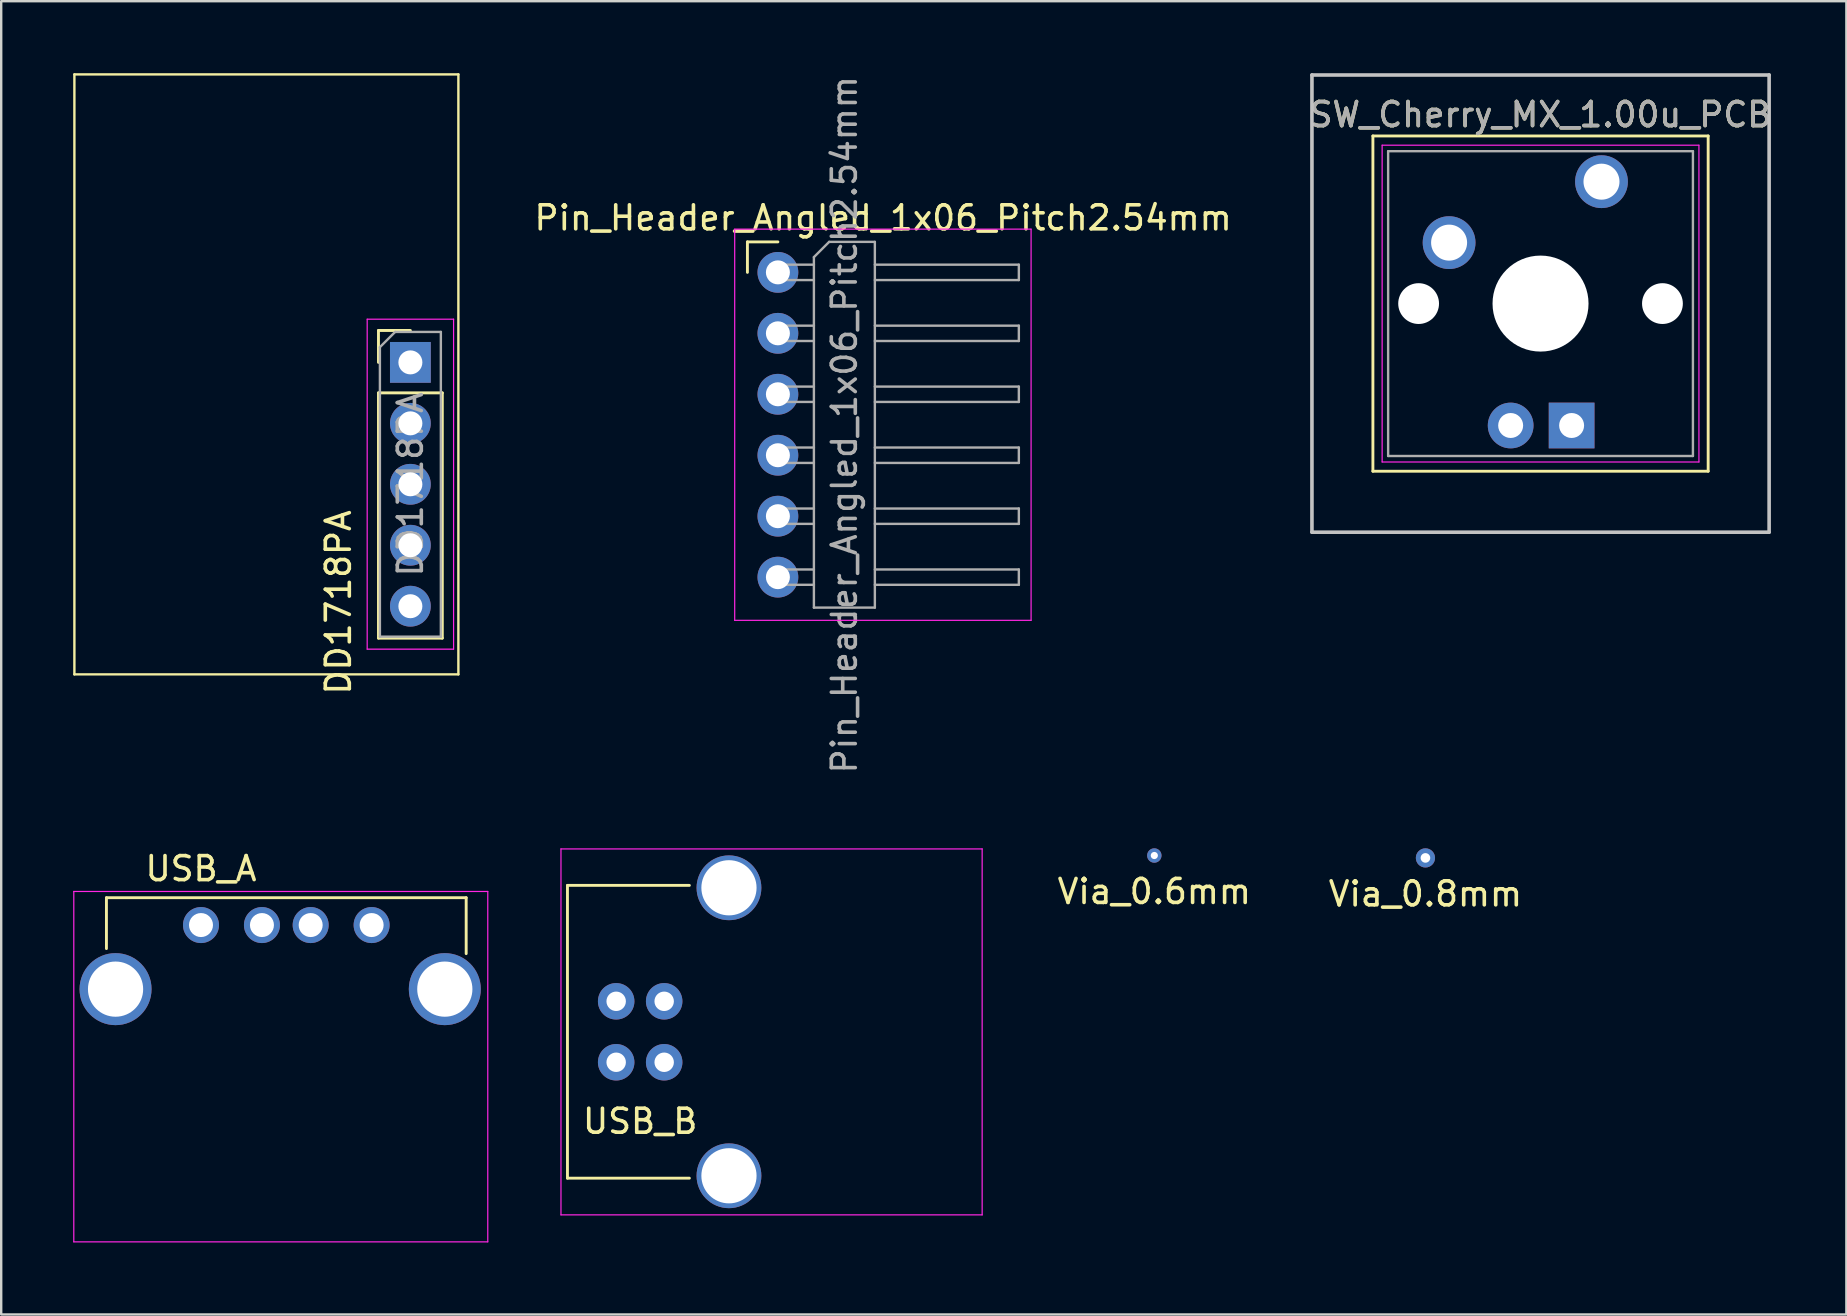
<source format=kicad_pcb>
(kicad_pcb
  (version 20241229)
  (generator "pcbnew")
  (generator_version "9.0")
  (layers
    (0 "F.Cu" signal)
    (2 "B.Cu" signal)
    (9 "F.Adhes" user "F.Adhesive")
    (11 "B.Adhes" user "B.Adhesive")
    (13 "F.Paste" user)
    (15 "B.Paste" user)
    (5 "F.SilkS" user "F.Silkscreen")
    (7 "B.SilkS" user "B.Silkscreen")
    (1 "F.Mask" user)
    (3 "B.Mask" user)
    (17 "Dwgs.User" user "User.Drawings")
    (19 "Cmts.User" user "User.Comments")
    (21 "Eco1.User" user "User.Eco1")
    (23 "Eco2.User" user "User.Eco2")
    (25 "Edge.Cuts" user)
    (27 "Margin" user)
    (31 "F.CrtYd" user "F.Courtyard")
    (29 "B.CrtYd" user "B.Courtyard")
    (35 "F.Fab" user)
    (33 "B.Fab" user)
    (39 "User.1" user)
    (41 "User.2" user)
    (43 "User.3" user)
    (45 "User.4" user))
  (footprint "Via_0.8mm"
    (layer "F.Cu")
    (at 56.346 32.698)
    (property "Reference" "Via_0.8mm" (at 0 1.5 0) (layer "F.SilkS") (effects (font (size 1 1) (thickness 0.15))))
    (attr through_hole)
    (pad "1" thru_hole circle (at 0 0) (size 0.8 0.8) (drill 0.4) (layers "*.Cu")))
  (footprint "Via_0.6mm"
    (layer "F.Cu")
    (at 45.049 32.598)
    (property "Reference" "Via_0.6mm" (at 0 1.5 0) (layer "F.SilkS") (effects (font (size 1 1) (thickness 0.15))))
    (attr through_hole)
    (pad "1" thru_hole circle (at 0 0) (size 0.6 0.6) (drill 0.3) (layers "*.Cu")))
  (footprint "USB_A"
    (layer "F.Cu")
    (at 5.325 35.496)
    (property "Reference" "USB_A" (at 0 -2.35 0) (layer "F.SilkS") (effects (font (size 1 1) (thickness 0.15))))
    (attr through_hole)
    (fp_line (start -3.94 -1.14) (end -3.94 0.98) (stroke (width 0.12) (type solid)) (layer "F.SilkS"))
    (fp_line (start 11.05 -1.14) (end -3.94 -1.14) (stroke (width 0.12) (type solid)) (layer "F.SilkS"))
    (fp_line (start 11.05 -1.14) (end 11.05 1.19) (stroke (width 0.12) (type solid)) (layer "F.SilkS"))
    (fp_line (start -5.3 -1.4) (end 11.95 -1.4) (stroke (width 0.05) (type solid)) (layer "F.CrtYd"))
    (fp_line (start -5.3 13.2) (end -5.3 -1.4) (stroke (width 0.05) (type solid)) (layer "F.CrtYd"))
    (fp_line (start -5.3 13.2) (end 11.95 13.2) (stroke (width 0.05) (type solid)) (layer "F.CrtYd"))
    (fp_line (start 11.95 -1.4) (end 11.95 13.2) (stroke (width 0.05) (type solid)) (layer "F.CrtYd"))
    (pad "1" thru_hole circle (at 0 0 270) (size 1.5 1.5) (drill 1) (layers "*.Cu" "*.Mask"))
    (pad "2" thru_hole circle (at 2.54 0 270) (size 1.5 1.5) (drill 1) (layers "*.Cu" "*.Mask"))
    (pad "3" thru_hole circle (at 4.57 0 270) (size 1.5 1.5) (drill 1) (layers "*.Cu" "*.Mask"))
    (pad "4" thru_hole circle (at 7.11 0 270) (size 1.5 1.5) (drill 1) (layers "*.Cu" "*.Mask"))
    (pad "5" thru_hole circle (at -3.56 2.67 270) (size 3 3) (drill 2.3) (layers "*.Cu" "*.Mask"))
    (pad "5" thru_hole circle (at 10.16 2.67 270) (size 3 3) (drill 2.3) (layers "*.Cu" "*.Mask")))
  (footprint "USB_B"
    (layer "F.Cu")
    (at 22.625 38.673)
    (property "Reference" "USB_B" (at 1 5 180) (layer "F.SilkS") (effects (font (size 1 1) (thickness 0.15))))
    (attr through_hole)
    (fp_line (start -2.03 -4.83) (end 3.05 -4.83) (stroke (width 0.12) (type solid)) (layer "F.SilkS"))
    (fp_line (start -2.03 7.37) (end -2.03 -4.83) (stroke (width 0.12) (type solid)) (layer "F.SilkS"))
    (fp_line (start -2.03 7.37) (end 3.05 7.37) (stroke (width 0.12) (type solid)) (layer "F.SilkS"))
    (fp_line (start -2.3 -6.35) (end 15.25 -6.35) (stroke (width 0.05) (type solid)) (layer "F.CrtYd"))
    (fp_line (start -2.3 8.9) (end -2.3 -6.35) (stroke (width 0.05) (type solid)) (layer "F.CrtYd"))
    (fp_line (start 15.25 -6.35) (end 15.25 8.9) (stroke (width 0.05) (type solid)) (layer "F.CrtYd"))
    (fp_line (start 15.25 8.9) (end -2.3 8.9) (stroke (width 0.05) (type solid)) (layer "F.CrtYd"))
    (pad "1" thru_hole circle (at 0 0 270) (size 1.52 1.52) (drill 0.81) (layers "*.Cu" "*.Mask"))
    (pad "2" thru_hole circle (at 0 2.54 270) (size 1.52 1.52) (drill 0.81) (layers "*.Cu" "*.Mask"))
    (pad "3" thru_hole circle (at 2 2.54 270) (size 1.52 1.52) (drill 0.81) (layers "*.Cu" "*.Mask"))
    (pad "4" thru_hole circle (at 2 0 270) (size 1.52 1.52) (drill 0.81) (layers "*.Cu" "*.Mask"))
    (pad "5" thru_hole circle (at 4.7 -4.73 270) (size 2.7 2.7) (drill 2.3) (layers "*.Cu" "*.Mask"))
    (pad "5" thru_hole circle (at 4.7 7.27 270) (size 2.7 2.7) (drill 2.3) (layers "*.Cu" "*.Mask")))
  (footprint "SW_Cherry_MX_1.00u_PCB"
    (layer "F.Cu")
    (at 61.167 9.6)
    (property "Reference" "SW_Cherry_MX_1.00u_PCB" (at -0.025 -7.874 0) (layer "F.SilkS") (effects (font (size 1 1) (thickness 0.15))))
    (attr through_hole)
    (fp_line (start -7.01 -6.985) (end 6.96 -6.985) (stroke (width 0.12) (type solid)) (layer "F.SilkS"))
    (fp_line (start -7.01 6.985) (end -7.01 -6.985) (stroke (width 0.12) (type solid)) (layer "F.SilkS"))
    (fp_line (start 6.96 -6.985) (end 6.96 6.985) (stroke (width 0.12) (type solid)) (layer "F.SilkS"))
    (fp_line (start 6.96 6.985) (end -7.01 6.985) (stroke (width 0.12) (type solid)) (layer "F.SilkS"))
    (fp_line (start -9.55 -9.525) (end 9.5 -9.525) (stroke (width 0.15) (type solid)) (layer "Dwgs.User"))
    (fp_line (start -9.55 9.525) (end -9.55 -9.525) (stroke (width 0.15) (type solid)) (layer "Dwgs.User"))
    (fp_line (start 9.5 -9.525) (end 9.5 9.525) (stroke (width 0.15) (type solid)) (layer "Dwgs.User"))
    (fp_line (start 9.5 9.525) (end -9.55 9.525) (stroke (width 0.15) (type solid)) (layer "Dwgs.User"))
    (fp_line (start -6.625 -6.6) (end 6.575 -6.6) (stroke (width 0.05) (type solid)) (layer "F.CrtYd"))
    (fp_line (start -6.625 6.6) (end -6.625 -6.6) (stroke (width 0.05) (type solid)) (layer "F.CrtYd"))
    (fp_line (start 6.575 -6.6) (end 6.575 6.6) (stroke (width 0.05) (type solid)) (layer "F.CrtYd"))
    (fp_line (start 6.575 6.6) (end -6.625 6.6) (stroke (width 0.05) (type solid)) (layer "F.CrtYd"))
    (fp_line (start -6.375 -6.35) (end 6.325 -6.35) (stroke (width 0.1) (type solid)) (layer "F.Fab"))
    (fp_line (start -6.375 6.35) (end -6.375 -6.35) (stroke (width 0.1) (type solid)) (layer "F.Fab"))
    (fp_line (start 6.325 -6.35) (end 6.325 6.35) (stroke (width 0.1) (type solid)) (layer "F.Fab"))
    (fp_line (start 6.325 6.35) (end -6.375 6.35) (stroke (width 0.1) (type solid)) (layer "F.Fab"))
    (fp_text user "${REFERENCE}" (at -0.025 -7.874 0) (layer "F.Fab") (effects (font (size 1 1) (thickness 0.15))))
    (pad "" np_thru_hole circle (at -5.105 0) (size 1.7 1.7) (drill 1.7) (layers "*.Cu" "*.Mask"))
    (pad "" np_thru_hole circle (at -0.025 0) (size 4 4) (drill 4) (layers "*.Cu" "*.Mask"))
    (pad "" np_thru_hole circle (at 5.055 0) (size 1.7 1.7) (drill 1.7) (layers "*.Cu" "*.Mask"))
    (pad "1" thru_hole circle (at 2.515 -5.08) (size 2.2 2.2) (drill 1.5) (layers "*.Cu" "*.Mask"))
    (pad "2" thru_hole circle (at -3.835 -2.54) (size 2.2 2.2) (drill 1.5) (layers "*.Cu" "*.Mask"))
    (pad "3" thru_hole circle (at -1.27 5.08) (size 1.905 1.905) (drill 1.04) (layers "*.Cu" "*.Mask"))
    (pad "4" thru_hole rect (at 1.27 5.08) (size 1.905 1.905) (drill 1.04) (layers "*.Cu" "*.Mask")))
  (footprint "Pin_Header_Angled_1x06_Pitch2.54mm"
    (layer "F.Cu")
    (at 29.364 8.299)
    (property "Reference" "Pin_Header_Angled_1x06_Pitch2.54mm" (at 4.385 -2.27 0) (layer "F.SilkS") (effects (font (size 1 1) (thickness 0.15))))
    (attr through_hole)
    (fp_line (start -1.27 -1.27) (end 0 -1.27) (stroke (width 0.12) (type solid)) (layer "F.SilkS"))
    (fp_line (start -1.27 0) (end -1.27 -1.27) (stroke (width 0.12) (type solid)) (layer "F.SilkS"))
    (fp_line (start -1.8 -1.8) (end -1.8 14.5) (stroke (width 0.05) (type solid)) (layer "F.CrtYd"))
    (fp_line (start -1.8 14.5) (end 10.55 14.5) (stroke (width 0.05) (type solid)) (layer "F.CrtYd"))
    (fp_line (start 10.55 -1.8) (end -1.8 -1.8) (stroke (width 0.05) (type solid)) (layer "F.CrtYd"))
    (fp_line (start 10.55 14.5) (end 10.55 -1.8) (stroke (width 0.05) (type solid)) (layer "F.CrtYd"))
    (fp_line (start -0.32 -0.32) (end -0.32 0.32) (stroke (width 0.1) (type solid)) (layer "F.Fab"))
    (fp_line (start -0.32 -0.32) (end 1.5 -0.32) (stroke (width 0.1) (type solid)) (layer "F.Fab"))
    (fp_line (start -0.32 0.32) (end 1.5 0.32) (stroke (width 0.1) (type solid)) (layer "F.Fab"))
    (fp_line (start -0.32 2.22) (end -0.32 2.86) (stroke (width 0.1) (type solid)) (layer "F.Fab"))
    (fp_line (start -0.32 2.22) (end 1.5 2.22) (stroke (width 0.1) (type solid)) (layer "F.Fab"))
    (fp_line (start -0.32 2.86) (end 1.5 2.86) (stroke (width 0.1) (type solid)) (layer "F.Fab"))
    (fp_line (start -0.32 4.76) (end -0.32 5.4) (stroke (width 0.1) (type solid)) (layer "F.Fab"))
    (fp_line (start -0.32 4.76) (end 1.5 4.76) (stroke (width 0.1) (type solid)) (layer "F.Fab"))
    (fp_line (start -0.32 5.4) (end 1.5 5.4) (stroke (width 0.1) (type solid)) (layer "F.Fab"))
    (fp_line (start -0.32 7.3) (end -0.32 7.94) (stroke (width 0.1) (type solid)) (layer "F.Fab"))
    (fp_line (start -0.32 7.3) (end 1.5 7.3) (stroke (width 0.1) (type solid)) (layer "F.Fab"))
    (fp_line (start -0.32 7.94) (end 1.5 7.94) (stroke (width 0.1) (type solid)) (layer "F.Fab"))
    (fp_line (start -0.32 9.84) (end -0.32 10.48) (stroke (width 0.1) (type solid)) (layer "F.Fab"))
    (fp_line (start -0.32 9.84) (end 1.5 9.84) (stroke (width 0.1) (type solid)) (layer "F.Fab"))
    (fp_line (start -0.32 10.48) (end 1.5 10.48) (stroke (width 0.1) (type solid)) (layer "F.Fab"))
    (fp_line (start -0.32 12.38) (end -0.32 13.02) (stroke (width 0.1) (type solid)) (layer "F.Fab"))
    (fp_line (start -0.32 12.38) (end 1.5 12.38) (stroke (width 0.1) (type solid)) (layer "F.Fab"))
    (fp_line (start -0.32 13.02) (end 1.5 13.02) (stroke (width 0.1) (type solid)) (layer "F.Fab"))
    (fp_line (start 1.5 -0.635) (end 2.135 -1.27) (stroke (width 0.1) (type solid)) (layer "F.Fab"))
    (fp_line (start 1.5 13.97) (end 1.5 -0.635) (stroke (width 0.1) (type solid)) (layer "F.Fab"))
    (fp_line (start 2.135 -1.27) (end 4.04 -1.27) (stroke (width 0.1) (type solid)) (layer "F.Fab"))
    (fp_line (start 4.04 -1.27) (end 4.04 13.97) (stroke (width 0.1) (type solid)) (layer "F.Fab"))
    (fp_line (start 4.04 -0.32) (end 10.04 -0.32) (stroke (width 0.1) (type solid)) (layer "F.Fab"))
    (fp_line (start 4.04 0.32) (end 10.04 0.32) (stroke (width 0.1) (type solid)) (layer "F.Fab"))
    (fp_line (start 4.04 2.22) (end 10.04 2.22) (stroke (width 0.1) (type solid)) (layer "F.Fab"))
    (fp_line (start 4.04 2.86) (end 10.04 2.86) (stroke (width 0.1) (type solid)) (layer "F.Fab"))
    (fp_line (start 4.04 4.76) (end 10.04 4.76) (stroke (width 0.1) (type solid)) (layer "F.Fab"))
    (fp_line (start 4.04 5.4) (end 10.04 5.4) (stroke (width 0.1) (type solid)) (layer "F.Fab"))
    (fp_line (start 4.04 7.3) (end 10.04 7.3) (stroke (width 0.1) (type solid)) (layer "F.Fab"))
    (fp_line (start 4.04 7.94) (end 10.04 7.94) (stroke (width 0.1) (type solid)) (layer "F.Fab"))
    (fp_line (start 4.04 9.84) (end 10.04 9.84) (stroke (width 0.1) (type solid)) (layer "F.Fab"))
    (fp_line (start 4.04 10.48) (end 10.04 10.48) (stroke (width 0.1) (type solid)) (layer "F.Fab"))
    (fp_line (start 4.04 12.38) (end 10.04 12.38) (stroke (width 0.1) (type solid)) (layer "F.Fab"))
    (fp_line (start 4.04 13.02) (end 10.04 13.02) (stroke (width 0.1) (type solid)) (layer "F.Fab"))
    (fp_line (start 4.04 13.97) (end 1.5 13.97) (stroke (width 0.1) (type solid)) (layer "F.Fab"))
    (fp_line (start 10.04 -0.32) (end 10.04 0.32) (stroke (width 0.1) (type solid)) (layer "F.Fab"))
    (fp_line (start 10.04 2.22) (end 10.04 2.86) (stroke (width 0.1) (type solid)) (layer "F.Fab"))
    (fp_line (start 10.04 4.76) (end 10.04 5.4) (stroke (width 0.1) (type solid)) (layer "F.Fab"))
    (fp_line (start 10.04 7.3) (end 10.04 7.94) (stroke (width 0.1) (type solid)) (layer "F.Fab"))
    (fp_line (start 10.04 9.84) (end 10.04 10.48) (stroke (width 0.1) (type solid)) (layer "F.Fab"))
    (fp_line (start 10.04 12.38) (end 10.04 13.02) (stroke (width 0.1) (type solid)) (layer "F.Fab"))
    (fp_text user "${REFERENCE}" (at 2.77 6.35 90) (layer "F.Fab") (effects (font (size 1 1) (thickness 0.15))))
    (pad "1" thru_hole circle (at 0 0) (size 1.7 1.7) (drill 1) (layers "*.Cu" "*.Mask"))
    (pad "2" thru_hole oval (at 0 2.54) (size 1.7 1.7) (drill 1) (layers "*.Cu" "*.Mask"))
    (pad "3" thru_hole oval (at 0 5.08) (size 1.7 1.7) (drill 1) (layers "*.Cu" "*.Mask"))
    (pad "4" thru_hole oval (at 0 7.62) (size 1.7 1.7) (drill 1) (layers "*.Cu" "*.Mask"))
    (pad "5" thru_hole oval (at 0 10.16) (size 1.7 1.7) (drill 1) (layers "*.Cu" "*.Mask"))
    (pad "6" thru_hole oval (at 0 12.7) (size 1.7 1.7) (drill 1) (layers "*.Cu" "*.Mask")))
  (footprint "DD1718PA"
    (layer "F.Cu")
    (at 14.05 12.05)
    (property "Reference" "DD1718PA" (at -3 10 90) (layer "F.SilkS") (effects (font (size 1 1) (thickness 0.15))))
    (attr through_hole)
    (fp_line (start -14 -12) (end -14 13) (stroke (width 0.1) (type solid)) (layer "F.SilkS"))
    (fp_line (start -14 13) (end 2 13) (stroke (width 0.1) (type solid)) (layer "F.SilkS"))
    (fp_line (start -1.33 -1.33) (end 0 -1.33) (stroke (width 0.12) (type solid)) (layer "F.SilkS"))
    (fp_line (start -1.33 0) (end -1.33 -1.33) (stroke (width 0.12) (type solid)) (layer "F.SilkS"))
    (fp_line (start -1.33 1.27) (end -1.33 11.49) (stroke (width 0.12) (type solid)) (layer "F.SilkS"))
    (fp_line (start -1.33 1.27) (end 1.33 1.27) (stroke (width 0.12) (type solid)) (layer "F.SilkS"))
    (fp_line (start -1.33 11.49) (end 1.33 11.49) (stroke (width 0.12) (type solid)) (layer "F.SilkS"))
    (fp_line (start 1.33 1.27) (end 1.33 11.49) (stroke (width 0.12) (type solid)) (layer "F.SilkS"))
    (fp_line (start 2 -12) (end -14 -12) (stroke (width 0.1) (type solid)) (layer "F.SilkS"))
    (fp_line (start 2 13) (end 2 -12) (stroke (width 0.1) (type solid)) (layer "F.SilkS"))
    (fp_line (start -1.8 -1.8) (end -1.8 11.95) (stroke (width 0.05) (type solid)) (layer "F.CrtYd"))
    (fp_line (start -1.8 11.95) (end 1.8 11.95) (stroke (width 0.05) (type solid)) (layer "F.CrtYd"))
    (fp_line (start 1.8 -1.8) (end -1.8 -1.8) (stroke (width 0.05) (type solid)) (layer "F.CrtYd"))
    (fp_line (start 1.8 11.95) (end 1.8 -1.8) (stroke (width 0.05) (type solid)) (layer "F.CrtYd"))
    (fp_line (start -1.27 -0.635) (end -0.635 -1.27) (stroke (width 0.1) (type solid)) (layer "F.Fab"))
    (fp_line (start -1.27 11.43) (end -1.27 -0.635) (stroke (width 0.1) (type solid)) (layer "F.Fab"))
    (fp_line (start -0.635 -1.27) (end 1.27 -1.27) (stroke (width 0.1) (type solid)) (layer "F.Fab"))
    (fp_line (start 1.27 -1.27) (end 1.27 11.43) (stroke (width 0.1) (type solid)) (layer "F.Fab"))
    (fp_line (start 1.27 11.43) (end -1.27 11.43) (stroke (width 0.1) (type solid)) (layer "F.Fab"))
    (fp_text user "${REFERENCE}" (at 0 5.08 90) (layer "F.Fab") (effects (font (size 1 1) (thickness 0.15))))
    (pad "1" thru_hole rect (at 0 0) (size 1.7 1.7) (drill 1) (layers "*.Cu" "*.Mask"))
    (pad "2" thru_hole oval (at 0 2.54) (size 1.7 1.7) (drill 1) (layers "*.Cu" "*.Mask"))
    (pad "3" thru_hole oval (at 0 5.08) (size 1.7 1.7) (drill 1) (layers "*.Cu" "*.Mask"))
    (pad "4" thru_hole oval (at 0 7.62) (size 1.7 1.7) (drill 1) (layers "*.Cu" "*.Mask"))
    (pad "5" thru_hole oval (at 0 10.16) (size 1.7 1.7) (drill 1) (layers "*.Cu" "*.Mask")))
  (gr_rect
    (start -3 -3)
    (end 73.886 51.721)
    (stroke (width 0.1) (type default))
    (fill no)
    (layer "Edge.Cuts")))
</source>
